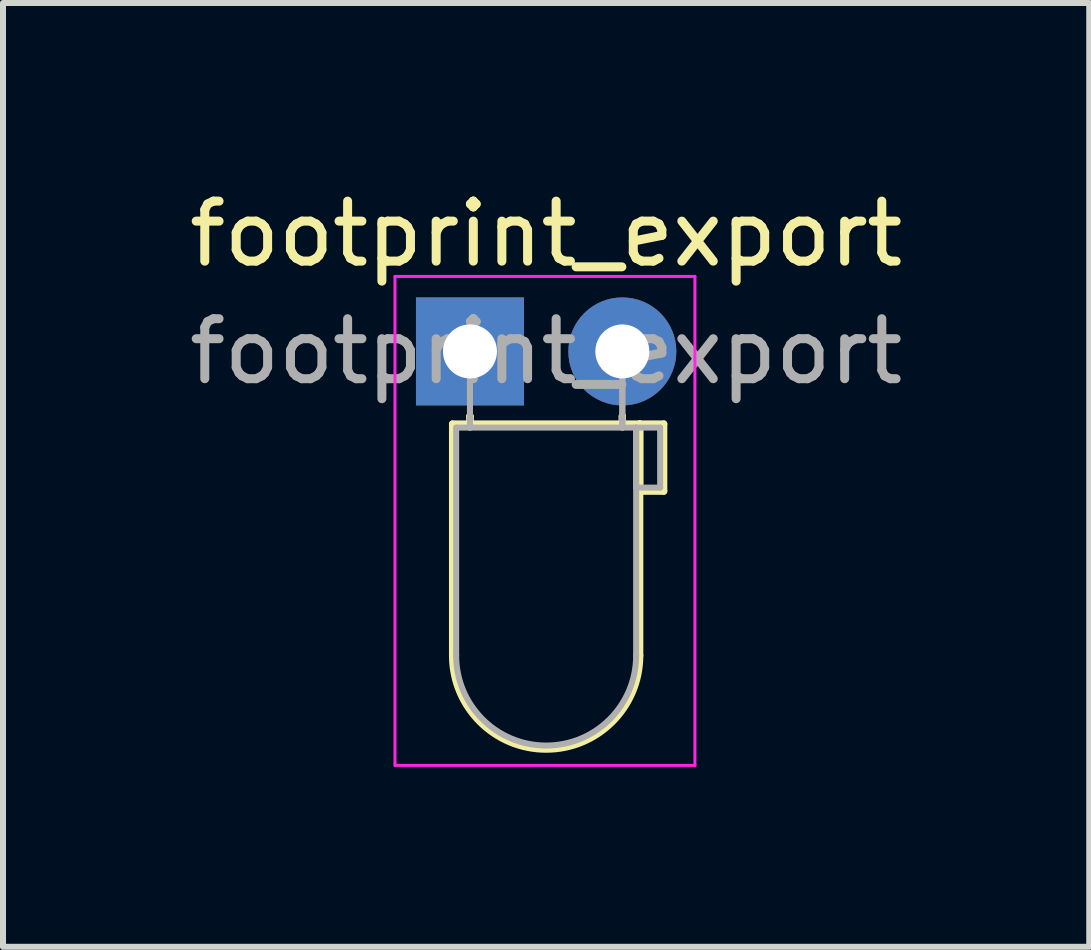
<source format=kicad_pcb>
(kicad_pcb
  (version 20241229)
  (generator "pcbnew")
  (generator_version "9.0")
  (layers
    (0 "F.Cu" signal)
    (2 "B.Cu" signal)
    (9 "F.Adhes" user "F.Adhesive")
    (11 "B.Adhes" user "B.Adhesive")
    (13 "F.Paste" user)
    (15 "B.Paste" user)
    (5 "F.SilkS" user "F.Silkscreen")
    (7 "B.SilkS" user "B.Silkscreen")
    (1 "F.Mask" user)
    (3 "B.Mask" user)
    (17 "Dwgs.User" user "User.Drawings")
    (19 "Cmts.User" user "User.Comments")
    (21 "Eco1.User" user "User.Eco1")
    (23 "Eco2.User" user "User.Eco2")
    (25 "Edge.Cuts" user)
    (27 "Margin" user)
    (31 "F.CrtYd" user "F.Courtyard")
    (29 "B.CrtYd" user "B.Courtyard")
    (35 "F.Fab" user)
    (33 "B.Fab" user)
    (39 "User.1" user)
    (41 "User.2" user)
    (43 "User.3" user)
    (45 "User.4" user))
  (footprint "footprint_export"
    (layer "F.Cu")
    (at 4.784 2.808)
    (property "Reference" "footprint_export" (at 1.27 -1.96 0) (layer "F.SilkS") (effects (font (size 1 1) (thickness 0.15))))
    (attr through_hole)
    (fp_line (start -0.29 1.21) (end -0.29 5.07) (stroke (width 0.12) (type solid)) (layer "F.SilkS"))
    (fp_line (start -0.29 1.21) (end 2.83 1.21) (stroke (width 0.12) (type solid)) (layer "F.SilkS"))
    (fp_line (start 0 1.08) (end 0 1.08) (stroke (width 0.12) (type solid)) (layer "F.SilkS"))
    (fp_line (start 0 1.08) (end 0 1.21) (stroke (width 0.12) (type solid)) (layer "F.SilkS"))
    (fp_line (start 0 1.21) (end 0 1.08) (stroke (width 0.12) (type solid)) (layer "F.SilkS"))
    (fp_line (start 0 1.21) (end 0 1.21) (stroke (width 0.12) (type solid)) (layer "F.SilkS"))
    (fp_line (start 2.54 1.08) (end 2.54 1.08) (stroke (width 0.12) (type solid)) (layer "F.SilkS"))
    (fp_line (start 2.54 1.08) (end 2.54 1.21) (stroke (width 0.12) (type solid)) (layer "F.SilkS"))
    (fp_line (start 2.54 1.21) (end 2.54 1.08) (stroke (width 0.12) (type solid)) (layer "F.SilkS"))
    (fp_line (start 2.54 1.21) (end 2.54 1.21) (stroke (width 0.12) (type solid)) (layer "F.SilkS"))
    (fp_line (start 2.83 1.21) (end 2.83 5.07) (stroke (width 0.12) (type solid)) (layer "F.SilkS"))
    (fp_line (start 2.83 1.21) (end 3.23 1.21) (stroke (width 0.12) (type solid)) (layer "F.SilkS"))
    (fp_line (start 2.83 2.33) (end 2.83 1.21) (stroke (width 0.12) (type solid)) (layer "F.SilkS"))
    (fp_line (start 3.23 1.21) (end 3.23 2.33) (stroke (width 0.12) (type solid)) (layer "F.SilkS"))
    (fp_line (start 3.23 2.33) (end 2.83 2.33) (stroke (width 0.12) (type solid)) (layer "F.SilkS"))
    (fp_arc (start 2.83 5.07) (mid 1.27 6.63) (end -0.29 5.07) (stroke (width 0.12) (type solid)) (layer "F.SilkS"))
    (fp_line (start -1.25 -1.25) (end -1.25 6.9) (stroke (width 0.05) (type solid)) (layer "F.CrtYd"))
    (fp_line (start -1.25 6.9) (end 3.75 6.9) (stroke (width 0.05) (type solid)) (layer "F.CrtYd"))
    (fp_line (start 3.75 -1.25) (end -1.25 -1.25) (stroke (width 0.05) (type solid)) (layer "F.CrtYd"))
    (fp_line (start 3.75 6.9) (end 3.75 -1.25) (stroke (width 0.05) (type solid)) (layer "F.CrtYd"))
    (fp_line (start -0.23 1.27) (end -0.23 5.07) (stroke (width 0.1) (type solid)) (layer "F.Fab"))
    (fp_line (start -0.23 1.27) (end 2.77 1.27) (stroke (width 0.1) (type solid)) (layer "F.Fab"))
    (fp_line (start 0 0) (end 0 0) (stroke (width 0.1) (type solid)) (layer "F.Fab"))
    (fp_line (start 0 0) (end 0 1.27) (stroke (width 0.1) (type solid)) (layer "F.Fab"))
    (fp_line (start 0 1.27) (end 0 0) (stroke (width 0.1) (type solid)) (layer "F.Fab"))
    (fp_line (start 0 1.27) (end 0 1.27) (stroke (width 0.1) (type solid)) (layer "F.Fab"))
    (fp_line (start 2.54 0) (end 2.54 0) (stroke (width 0.1) (type solid)) (layer "F.Fab"))
    (fp_line (start 2.54 0) (end 2.54 1.27) (stroke (width 0.1) (type solid)) (layer "F.Fab"))
    (fp_line (start 2.54 1.27) (end 2.54 0) (stroke (width 0.1) (type solid)) (layer "F.Fab"))
    (fp_line (start 2.54 1.27) (end 2.54 1.27) (stroke (width 0.1) (type solid)) (layer "F.Fab"))
    (fp_line (start 2.77 1.27) (end 2.77 5.07) (stroke (width 0.1) (type solid)) (layer "F.Fab"))
    (fp_line (start 2.77 1.27) (end 3.17 1.27) (stroke (width 0.1) (type solid)) (layer "F.Fab"))
    (fp_line (start 2.77 2.27) (end 2.77 1.27) (stroke (width 0.1) (type solid)) (layer "F.Fab"))
    (fp_line (start 3.17 1.27) (end 3.17 2.27) (stroke (width 0.1) (type solid)) (layer "F.Fab"))
    (fp_line (start 3.17 2.27) (end 2.77 2.27) (stroke (width 0.1) (type solid)) (layer "F.Fab"))
    (fp_arc (start 2.77 5.07) (mid 1.27 6.57) (end -0.23 5.07) (stroke (width 0.1) (type solid)) (layer "F.Fab"))
    (fp_text user "${REFERENCE}" (at 1.27 0 0) (layer "F.Fab") (effects (font (size 1 1) (thickness 0.15))))
    (pad "1" thru_hole rect (at 0 0) (size 1.8 1.8) (drill 0.9) (layers "*.Cu" "*.Mask"))
    (pad "2" thru_hole circle (at 2.54 0) (size 1.8 1.8) (drill 0.9) (layers "*.Cu" "*.Mask")))
  (gr_rect
    (start -3 -3)
    (end 15.107 12.733)
    (stroke (width 0.1) (type default))
    (fill no)
    (layer "Edge.Cuts")))
</source>
